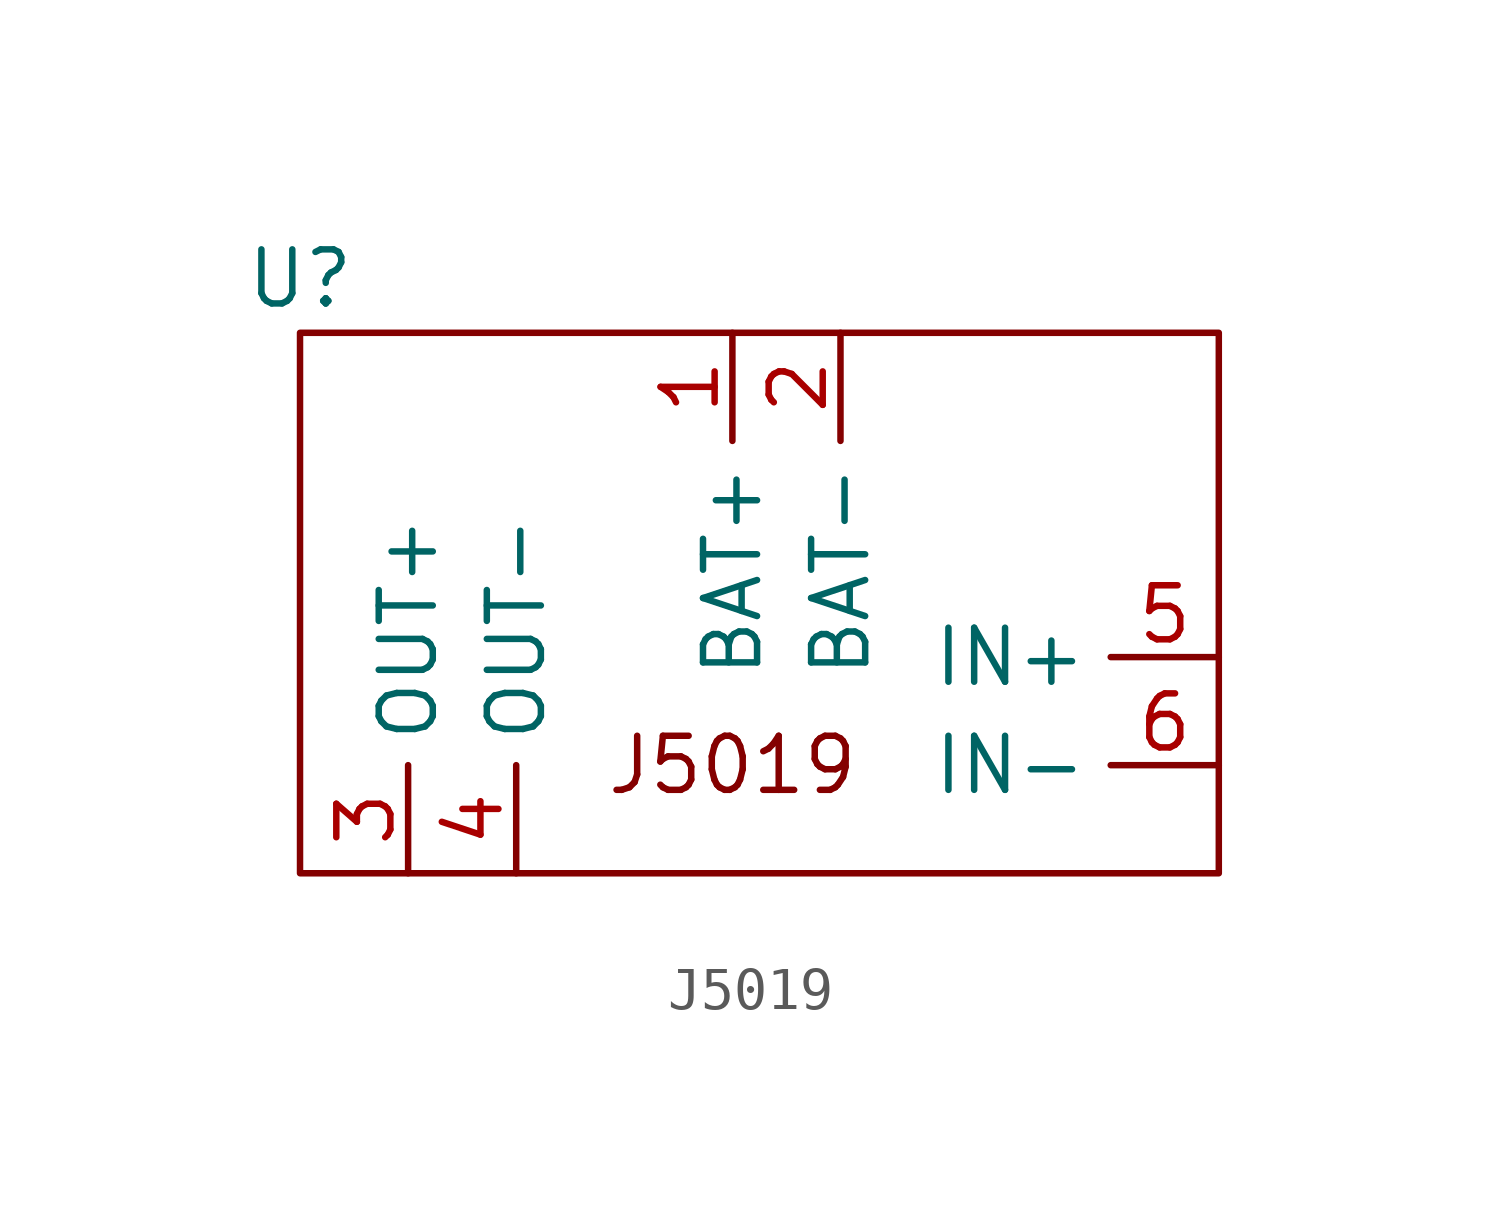
<source format=kicad_sym>
(kicad_symbol_lib
  (version 20220914)
  (generator kicad_symbol_editor)
  (symbol "J5019"
    (property "Reference" "U"
      (at 0 0 0)
      (effects (font (size 1.27 1.27))))
    (property "Value" ""
      (at 0 0 0)
      (effects (font (size 1.27 1.27))))
    (symbol "J5019_0_1"
      (rectangle (start 0 -1.27) (end 21.59 -13.97) (stroke (width 0) (type default)) (fill (type none))))
    (symbol "J5019_1_1"
      (text "J5019" (at 10.16 -11.43 0) (effects (font (size 1.27 1.27))))
      (pin input line (at 10.16 -1.27 270) (length 2.54) (name "BAT+" (effects (font (size 1.27 1.27)))) (number "1" (effects (font (size 1.27 1.27)))))
      (pin input line (at 12.7 -1.27 270) (length 2.54) (name "BAT-" (effects (font (size 1.27 1.27)))) (number "2" (effects (font (size 1.27 1.27)))))
      (pin input line (at 2.54 -13.97 90) (length 2.54) (name "OUT+" (effects (font (size 1.27 1.27)))) (number "3" (effects (font (size 1.27 1.27)))))
      (pin input line (at 5.08 -13.97 90) (length 2.54) (name "OUT-" (effects (font (size 1.27 1.27)))) (number "4" (effects (font (size 1.27 1.27)))))
      (pin input line (at 21.59 -8.89 180) (length 2.54) (name "IN+" (effects (font (size 1.27 1.27)))) (number "5" (effects (font (size 1.27 1.27)))))
      (pin input line (at 21.59 -11.43 180) (length 2.54) (name "IN-" (effects (font (size 1.27 1.27)))) (number "6" (effects (font (size 1.27 1.27))))))))
</source>
